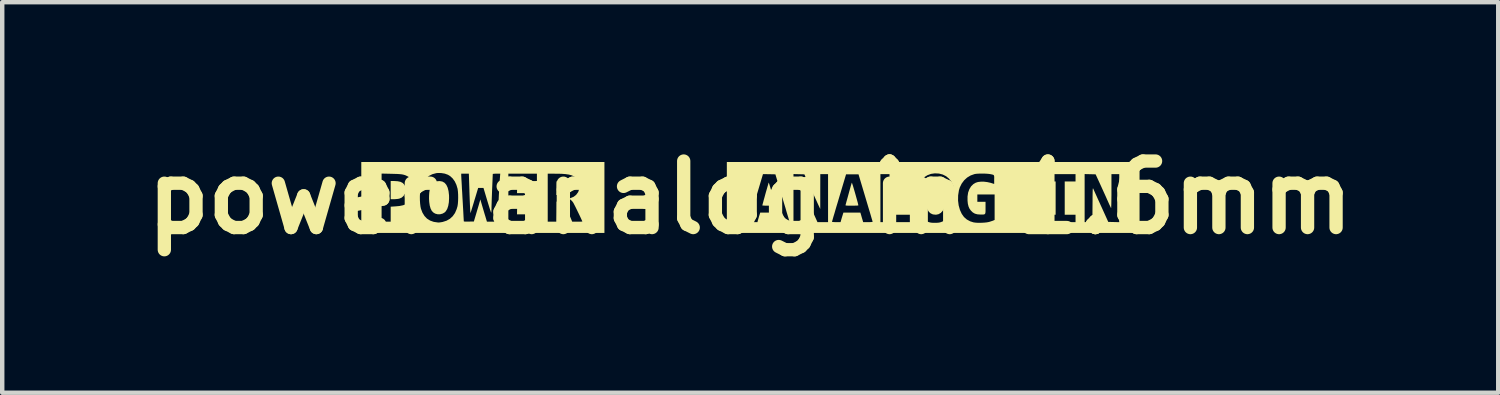
<source format=kicad_pcb>
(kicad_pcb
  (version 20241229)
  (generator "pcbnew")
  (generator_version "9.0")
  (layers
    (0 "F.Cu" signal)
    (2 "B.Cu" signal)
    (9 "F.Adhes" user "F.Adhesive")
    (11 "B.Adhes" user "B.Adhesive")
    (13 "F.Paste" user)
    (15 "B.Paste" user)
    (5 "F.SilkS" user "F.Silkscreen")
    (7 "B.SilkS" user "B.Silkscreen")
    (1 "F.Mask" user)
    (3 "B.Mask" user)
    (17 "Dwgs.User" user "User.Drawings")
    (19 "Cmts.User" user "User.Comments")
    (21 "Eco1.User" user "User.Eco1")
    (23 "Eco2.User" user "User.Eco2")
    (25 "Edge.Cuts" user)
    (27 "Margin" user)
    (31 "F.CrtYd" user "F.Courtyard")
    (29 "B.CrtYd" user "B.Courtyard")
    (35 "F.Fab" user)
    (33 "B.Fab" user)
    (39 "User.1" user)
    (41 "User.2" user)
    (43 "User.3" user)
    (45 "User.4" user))
  (footprint "power analog in 1.6mm"
    (layer "F.Cu")
    (at 13.871 1.404)
    (property "Reference" "power analog in 1.6mm" (at 0 0 0) (layer "F.SilkS") (effects (font (size 1.5 1.5) (thickness 0.3))))
    (attr board_only exclude_from_pos_files exclude_from_bom)
    (fp_poly (pts (xy -7.951 -0.366) (xy -7.889 -0.353) (xy -7.841 -0.329) (xy -7.806 -0.294) (xy -7.782 -0.252) (xy -7.768 -0.194) (xy -7.77 -0.136) (xy -7.788 -0.082) (xy -7.819 -0.035) (xy -7.861 0.003) (xy -7.914 0.026) (xy -7.923 0.028) (xy -7.96 0.034) (xy -8.006 0.038) (xy -8.041 0.039) (xy -8.109 0.039) (xy -8.109 -0.166) (xy -8.109 -0.371) (xy -8.028 -0.371)) (stroke (width 0) (type solid)) (fill yes) (layer "F.SilkS"))
    (fp_poly (pts (xy -4.22 -0.365) (xy -4.186 -0.363) (xy -4.162 -0.357) (xy -4.142 -0.348) (xy -4.138 -0.346) (xy -4.099 -0.316) (xy -4.076 -0.281) (xy -4.068 -0.235) (xy -4.068 -0.226) (xy -4.074 -0.172) (xy -4.096 -0.128) (xy -4.133 -0.096) (xy -4.185 -0.074) (xy -4.254 -0.062) (xy -4.282 -0.06) (xy -4.372 -0.056) (xy -4.369 -0.211) (xy -4.367 -0.366) (xy -4.269 -0.366)) (stroke (width 0) (type solid)) (fill yes) (layer "F.SilkS"))
    (fp_poly (pts (xy 2.296 -0.327) (xy 2.304 -0.303) (xy 2.316 -0.267) (xy 2.33 -0.22) (xy 2.346 -0.166) (xy 2.363 -0.108) (xy 2.38 -0.048) (xy 2.396 0.01) (xy 2.411 0.064) (xy 2.424 0.111) (xy 2.433 0.148) (xy 2.438 0.171) (xy 2.439 0.178) (xy 2.43 0.181) (xy 2.405 0.183) (xy 2.367 0.184) (xy 2.319 0.185) (xy 2.292 0.185) (xy 2.233 0.185) (xy 2.192 0.184) (xy 2.165 0.182) (xy 2.152 0.178) (xy 2.149 0.173) (xy 2.153 0.161) (xy 2.161 0.132) (xy 2.172 0.09) (xy 2.187 0.037) (xy 2.204 -0.024) (xy 2.22 -0.083) (xy 2.238 -0.149) (xy 2.255 -0.209) (xy 2.269 -0.26) (xy 2.281 -0.3) (xy 2.289 -0.325) (xy 2.293 -0.334)) (stroke (width 0) (type solid)) (fill yes) (layer "F.SilkS"))
    (fp_poly (pts (xy 0.421 -0.328) (xy 0.429 -0.305) (xy 0.44 -0.269) (xy 0.454 -0.223) (xy 0.47 -0.169) (xy 0.487 -0.111) (xy 0.504 -0.051) (xy 0.521 0.008) (xy 0.536 0.062) (xy 0.549 0.109) (xy 0.558 0.146) (xy 0.564 0.171) (xy 0.566 0.178) (xy 0.557 0.181) (xy 0.531 0.183) (xy 0.493 0.184) (xy 0.446 0.185) (xy 0.42 0.185) (xy 0.369 0.185) (xy 0.325 0.184) (xy 0.293 0.182) (xy 0.276 0.18) (xy 0.273 0.179) (xy 0.276 0.168) (xy 0.283 0.141) (xy 0.294 0.101) (xy 0.307 0.051) (xy 0.323 -0.005) (xy 0.339 -0.065) (xy 0.356 -0.126) (xy 0.373 -0.184) (xy 0.388 -0.237) (xy 0.401 -0.281) (xy 0.41 -0.314) (xy 0.416 -0.333) (xy 0.417 -0.336)) (stroke (width 0) (type solid)) (fill yes) (layer "F.SilkS"))
    (fp_poly (pts (xy -6.952 -0.361) (xy -6.941 -0.358) (xy -6.892 -0.33) (xy -6.853 -0.284) (xy -6.824 -0.222) (xy -6.804 -0.144) (xy -6.793 -0.048) (xy -6.792 0.015) (xy -6.797 0.109) (xy -6.811 0.19) (xy -6.834 0.259) (xy -6.866 0.311) (xy -6.889 0.335) (xy -6.936 0.363) (xy -6.991 0.378) (xy -7.049 0.379) (xy -7.103 0.365) (xy -7.104 0.365) (xy -7.148 0.338) (xy -7.183 0.301) (xy -7.209 0.249) (xy -7.228 0.183) (xy -7.24 0.1) (xy -7.24 0.098) (xy -7.244 0.031) (xy -7.243 -0.041) (xy -7.238 -0.112) (xy -7.229 -0.173) (xy -7.225 -0.19) (xy -7.214 -0.225) (xy -7.196 -0.263) (xy -7.176 -0.298) (xy -7.158 -0.322) (xy -7.156 -0.324) (xy -7.114 -0.35) (xy -7.062 -0.366) (xy -7.006 -0.37)) (stroke (width 0) (type solid)) (fill yes) (layer "F.SilkS"))
    (fp_poly (pts (xy 4.226 -0.355) (xy 4.255 -0.349) (xy 4.28 -0.337) (xy 4.292 -0.329) (xy 4.331 -0.293) (xy 4.361 -0.243) (xy 4.383 -0.178) (xy 4.395 -0.097) (xy 4.4 0.001) (xy 4.399 0.066) (xy 4.395 0.128) (xy 4.39 0.175) (xy 4.383 0.213) (xy 4.373 0.244) (xy 4.341 0.303) (xy 4.299 0.348) (xy 4.248 0.377) (xy 4.19 0.389) (xy 4.129 0.383) (xy 4.105 0.376) (xy 4.061 0.353) (xy 4.026 0.318) (xy 3.996 0.268) (xy 3.984 0.24) (xy 3.974 0.212) (xy 3.966 0.188) (xy 3.961 0.163) (xy 3.959 0.133) (xy 3.957 0.093) (xy 3.957 0.039) (xy 3.957 0.02) (xy 3.958 -0.059) (xy 3.962 -0.122) (xy 3.97 -0.172) (xy 3.983 -0.213) (xy 4 -0.25) (xy 4.02 -0.279) (xy 4.057 -0.319) (xy 4.101 -0.343) (xy 4.157 -0.355) (xy 4.187 -0.356)) (stroke (width 0) (type solid)) (fill yes) (layer "F.SilkS"))
    (fp_poly (pts (xy -3.288 0) (xy -3.288 0.8) (xy -6.03 0.8) (xy -8.772 0.8) (xy -8.772 0) (xy -8.772 -0.539) (xy -8.314 -0.539) (xy -8.314 0.004) (xy -8.314 0.546) (xy -8.211 0.546) (xy -8.109 0.546) (xy -8.109 0.377) (xy -8.109 0.208) (xy -8.003 0.201) (xy -7.909 0.192) (xy -7.831 0.176) (xy -7.766 0.152) (xy -7.71 0.12) (xy -7.664 0.08) (xy -7.619 0.027) (xy -7.599 -0.012) (xy -7.451 -0.012) (xy -7.45 0.065) (xy -7.445 0.139) (xy -7.437 0.205) (xy -7.427 0.252) (xy -7.393 0.342) (xy -7.347 0.417) (xy -7.29 0.477) (xy -7.22 0.521) (xy -7.139 0.55) (xy -7.045 0.564) (xy -7.031 0.565) (xy -7.006 0.563) (xy -6.97 0.558) (xy -6.937 0.552) (xy -6.849 0.524) (xy -6.773 0.481) (xy -6.71 0.423) (xy -6.659 0.351) (xy -6.621 0.263) (xy -6.602 0.198) (xy -6.594 0.146) (xy -6.589 0.081) (xy -6.587 0.009) (xy -6.588 -0.065) (xy -6.592 -0.133) (xy -6.599 -0.189) (xy -6.601 -0.199) (xy -6.627 -0.286) (xy -6.664 -0.364) (xy -6.712 -0.43) (xy -6.768 -0.482) (xy -6.817 -0.512) (xy -6.886 -0.537) (xy -6.518 -0.537) (xy -6.518 -0.51) (xy -6.518 -0.495) (xy -6.516 -0.463) (xy -6.514 -0.415) (xy -6.51 -0.353) (xy -6.506 -0.28) (xy -6.502 -0.197) (xy -6.496 -0.106) (xy -6.491 -0.009) (xy -6.489 0.024) (xy -6.483 0.122) (xy -6.478 0.214) (xy -6.473 0.298) (xy -6.469 0.372) (xy -6.466 0.435) (xy -6.463 0.485) (xy -6.461 0.52) (xy -6.46 0.538) (xy -6.46 0.539) (xy -6.451 0.542) (xy -6.426 0.544) (xy -6.389 0.545) (xy -6.346 0.544) (xy -6.233 0.542) (xy -6.176 0.351) (xy -6.158 0.289) (xy -6.14 0.229) (xy -6.124 0.176) (xy -6.112 0.133) (xy -6.104 0.104) (xy -6.103 0.103) (xy -6.087 0.044) (xy -6.046 0.186) (xy -6.028 0.247) (xy -6.008 0.314) (xy -5.989 0.378) (xy -5.972 0.432) (xy -5.971 0.437) (xy -5.938 0.546) (xy -5.818 0.546) (xy -5.699 0.546) (xy -5.699 0.513) (xy -5.698 0.496) (xy -5.697 0.462) (xy -5.694 0.413) (xy -5.691 0.352) (xy -5.687 0.281) (xy -5.683 0.203) (xy -5.678 0.119) (xy -5.673 0.033) (xy -5.669 -0.054) (xy -5.664 -0.138) (xy -5.659 -0.218) (xy -5.655 -0.291) (xy -5.651 -0.355) (xy -5.648 -0.407) (xy -5.645 -0.445) (xy -5.644 -0.456) (xy -5.638 -0.537) (xy -5.455 -0.537) (xy -5.455 0.005) (xy -5.455 0.546) (xy -5.133 0.546) (xy -4.811 0.546) (xy -4.811 0.464) (xy -4.811 0.381) (xy -5.035 0.381) (xy -5.26 0.381) (xy -5.257 0.227) (xy -5.255 0.073) (xy -5.042 0.071) (xy -4.83 0.068) (xy -4.83 -0.015) (xy -4.83 -0.098) (xy -5.045 -0.098) (xy -5.26 -0.098) (xy -5.257 -0.232) (xy -5.255 -0.366) (xy -5.033 -0.369) (xy -4.811 -0.371) (xy -4.811 -0.454) (xy -4.811 -0.537) (xy -4.567 -0.537) (xy -4.567 0.005) (xy -4.567 0.546) (xy -4.469 0.546) (xy -4.372 0.546) (xy -4.369 0.32) (xy -4.367 0.093) (xy -4.312 0.093) (xy -4.278 0.095) (xy -4.25 0.102) (xy -4.226 0.115) (xy -4.204 0.139) (xy -4.181 0.173) (xy -4.156 0.222) (xy -4.127 0.286) (xy -4.123 0.293) (xy -4.1 0.348) (xy -4.077 0.4) (xy -4.057 0.446) (xy -4.042 0.481) (xy -4.037 0.494) (xy -4.015 0.546) (xy -3.901 0.546) (xy -3.856 0.546) (xy -3.82 0.545) (xy -3.795 0.544) (xy -3.786 0.542) (xy -3.79 0.531) (xy -3.802 0.505) (xy -3.819 0.467) (xy -3.84 0.422) (xy -3.865 0.37) (xy -3.891 0.317) (xy -3.917 0.263) (xy -3.941 0.214) (xy -3.963 0.171) (xy -3.98 0.138) (xy -3.991 0.117) (xy -3.993 0.115) (xy -4.016 0.084) (xy -4.044 0.057) (xy -4.057 0.047) (xy -4.093 0.025) (xy -4.053 0.014) (xy -3.983 -0.015) (xy -3.927 -0.058) (xy -3.884 -0.116) (xy -3.878 -0.127) (xy -3.864 -0.169) (xy -3.859 -0.222) (xy -3.861 -0.28) (xy -3.872 -0.336) (xy -3.885 -0.372) (xy -3.91 -0.415) (xy -3.94 -0.45) (xy -3.979 -0.478) (xy -4.029 -0.5) (xy -4.089 -0.516) (xy -4.164 -0.527) (xy -4.254 -0.534) (xy -4.361 -0.536) (xy -4.379 -0.536) (xy -4.567 -0.537) (xy -4.811 -0.537) (xy -5.133 -0.537) (xy -5.455 -0.537) (xy -5.638 -0.537) (xy -5.722 -0.537) (xy -5.76 -0.536) (xy -5.789 -0.534) (xy -5.805 -0.531) (xy -5.806 -0.529) (xy -5.807 -0.518) (xy -5.808 -0.49) (xy -5.81 -0.447) (xy -5.812 -0.391) (xy -5.815 -0.325) (xy -5.818 -0.251) (xy -5.821 -0.19) (xy -5.824 -0.106) (xy -5.827 -0.024) (xy -5.83 0.053) (xy -5.832 0.123) (xy -5.834 0.181) (xy -5.835 0.225) (xy -5.835 0.242) (xy -5.836 0.283) (xy -5.838 0.316) (xy -5.84 0.337) (xy -5.843 0.342) (xy -5.847 0.333) (xy -5.856 0.307) (xy -5.87 0.268) (xy -5.886 0.216) (xy -5.905 0.155) (xy -5.926 0.087) (xy -5.933 0.063) (xy -6.016 -0.215) (xy -6.076 -0.215) (xy -6.136 -0.215) (xy -6.15 -0.168) (xy -6.157 -0.146) (xy -6.168 -0.109) (xy -6.183 -0.059) (xy -6.201 0.001) (xy -6.221 0.066) (xy -6.236 0.117) (xy -6.309 0.355) (xy -6.315 0.292) (xy -6.316 0.268) (xy -6.318 0.228) (xy -6.321 0.172) (xy -6.324 0.105) (xy -6.327 0.029) (xy -6.33 -0.054) (xy -6.333 -0.141) (xy -6.333 -0.154) (xy -6.346 -0.537) (xy -6.432 -0.537) (xy -6.518 -0.537) (xy -6.886 -0.537) (xy -6.889 -0.538) (xy -6.969 -0.551) (xy -7.048 -0.552) (xy -7.079 -0.549) (xy -7.169 -0.525) (xy -7.246 -0.486) (xy -7.312 -0.431) (xy -7.367 -0.36) (xy -7.41 -0.274) (xy -7.433 -0.204) (xy -7.443 -0.152) (xy -7.449 -0.086) (xy -7.451 -0.012) (xy -7.599 -0.012) (xy -7.588 -0.031) (xy -7.571 -0.099) (xy -7.564 -0.166) (xy -7.563 -0.215) (xy -7.565 -0.252) (xy -7.571 -0.282) (xy -7.581 -0.313) (xy -7.617 -0.381) (xy -7.667 -0.437) (xy -7.718 -0.472) (xy -7.752 -0.489) (xy -7.783 -0.503) (xy -7.816 -0.513) (xy -7.854 -0.521) (xy -7.899 -0.526) (xy -7.956 -0.53) (xy -8.026 -0.532) (xy -8.092 -0.534) (xy -8.314 -0.539) (xy -8.772 -0.539) (xy -8.772 -0.8) (xy -6.03 -0.8) (xy -3.288 -0.8)) (stroke (width 0) (type solid)) (fill yes) (layer "F.SilkS"))
    (fp_poly (pts (xy 8.782 0) (xy 8.782 0.8) (xy 4.128 0.8) (xy -0.527 0.8) (xy -0.527 0.549) (xy -0.03 0.549) (xy -0.02 0.552) (xy 0.004 0.554) (xy 0.04 0.556) (xy 0.067 0.556) (xy 0.164 0.556) (xy 0.17 0.529) (xy 0.176 0.508) (xy 0.186 0.474) (xy 0.198 0.434) (xy 0.201 0.422) (xy 0.226 0.342) (xy 0.419 0.342) (xy 0.611 0.342) (xy 0.641 0.446) (xy 0.67 0.551) (xy 0.779 0.554) (xy 0.889 0.557) (xy 0.883 0.535) (xy 0.879 0.521) (xy 0.87 0.491) (xy 0.857 0.446) (xy 0.839 0.387) (xy 0.818 0.317) (xy 0.795 0.236) (xy 0.768 0.148) (xy 0.74 0.054) (xy 0.723 -0.005) (xy 0.568 -0.522) (xy 0.428 -0.525) (xy 0.288 -0.527) (xy 0.129 0.007) (xy 0.1 0.105) (xy 0.072 0.198) (xy 0.047 0.284) (xy 0.025 0.36) (xy 0.005 0.426) (xy -0.01 0.479) (xy -0.021 0.519) (xy -0.028 0.542) (xy -0.03 0.549) (xy -0.527 0.549) (xy -0.527 0) (xy -0.527 -0.528) (xy 0.976 -0.528) (xy 0.976 0.014) (xy 0.976 0.556) (xy 1.064 0.556) (xy 1.151 0.556) (xy 1.151 0.166) (xy 1.152 0.081) (xy 1.152 0.002) (xy 1.153 -0.068) (xy 1.154 -0.128) (xy 1.156 -0.175) (xy 1.157 -0.208) (xy 1.159 -0.223) (xy 1.16 -0.224) (xy 1.168 -0.216) (xy 1.18 -0.195) (xy 1.19 -0.173) (xy 1.198 -0.153) (xy 1.214 -0.117) (xy 1.236 -0.068) (xy 1.263 -0.008) (xy 1.293 0.06) (xy 1.327 0.135) (xy 1.362 0.213) (xy 1.364 0.217) (xy 1.517 0.556) (xy 1.637 0.556) (xy 1.756 0.556) (xy 1.756 0.549) (xy 1.844 0.549) (xy 1.853 0.552) (xy 1.878 0.554) (xy 1.913 0.556) (xy 1.941 0.556) (xy 2.038 0.556) (xy 2.054 0.5) (xy 2.066 0.458) (xy 2.08 0.413) (xy 2.086 0.393) (xy 2.102 0.342) (xy 2.293 0.342) (xy 2.485 0.342) (xy 2.496 0.378) (xy 2.504 0.406) (xy 2.515 0.445) (xy 2.527 0.485) (xy 2.527 0.485) (xy 2.548 0.556) (xy 2.655 0.556) (xy 2.698 0.556) (xy 2.732 0.554) (xy 2.755 0.551) (xy 2.761 0.549) (xy 2.759 0.538) (xy 2.751 0.511) (xy 2.738 0.468) (xy 2.722 0.412) (xy 2.702 0.344) (xy 2.678 0.265) (xy 2.652 0.178) (xy 2.624 0.084) (xy 2.602 0.01) (xy 2.443 -0.522) (xy 2.303 -0.522) (xy 2.162 -0.522) (xy 2.003 0.01) (xy 1.974 0.108) (xy 1.946 0.2) (xy 1.921 0.285) (xy 1.899 0.362) (xy 1.879 0.427) (xy 1.864 0.48) (xy 1.853 0.519) (xy 1.846 0.543) (xy 1.844 0.549) (xy 1.756 0.549) (xy 1.756 0.015) (xy 1.756 -0.527) (xy 2.937 -0.527) (xy 2.937 0.015) (xy 2.937 0.556) (xy 3.269 0.556) (xy 3.601 0.556) (xy 3.601 0.473) (xy 3.601 0.39) (xy 3.371 0.39) (xy 3.142 0.39) (xy 3.142 0.015) (xy 3.744 0.015) (xy 3.75 0.138) (xy 3.768 0.246) (xy 3.797 0.339) (xy 3.839 0.417) (xy 3.893 0.479) (xy 3.958 0.526) (xy 3.978 0.537) (xy 4.025 0.555) (xy 4.072 0.567) (xy 4.125 0.572) (xy 4.191 0.572) (xy 4.24 0.569) (xy 4.278 0.563) (xy 4.312 0.552) (xy 4.344 0.539) (xy 4.422 0.494) (xy 4.486 0.435) (xy 4.538 0.361) (xy 4.579 0.272) (xy 4.586 0.249) (xy 4.6 0.192) (xy 4.609 0.122) (xy 4.612 0.07) (xy 4.688 0.07) (xy 4.702 0.18) (xy 4.731 0.282) (xy 4.771 0.369) (xy 4.822 0.441) (xy 4.886 0.497) (xy 4.962 0.538) (xy 5.038 0.562) (xy 5.083 0.568) (xy 5.142 0.572) (xy 5.208 0.571) (xy 5.274 0.568) (xy 5.334 0.562) (xy 5.383 0.553) (xy 5.388 0.552) (xy 5.425 0.54) (xy 5.462 0.528) (xy 5.478 0.522) (xy 5.513 0.507) (xy 5.513 0.219) (xy 5.513 -0.068) (xy 5.318 -0.068) (xy 5.123 -0.068) (xy 5.123 0.015) (xy 5.123 0.098) (xy 5.216 0.098) (xy 5.308 0.098) (xy 5.308 0.234) (xy 5.308 0.292) (xy 5.307 0.332) (xy 5.302 0.359) (xy 5.291 0.375) (xy 5.273 0.383) (xy 5.244 0.385) (xy 5.202 0.385) (xy 5.191 0.385) (xy 5.123 0.38) (xy 5.068 0.365) (xy 5.02 0.337) (xy 4.977 0.295) (xy 4.946 0.252) (xy 4.924 0.202) (xy 4.909 0.141) (xy 4.902 0.073) (xy 4.902 -0.023) (xy 4.915 -0.11) (xy 4.943 -0.187) (xy 4.982 -0.251) (xy 5.034 -0.302) (xy 5.087 -0.333) (xy 5.138 -0.349) (xy 5.202 -0.356) (xy 5.273 -0.356) (xy 5.347 -0.347) (xy 5.419 -0.331) (xy 5.423 -0.33) (xy 5.503 -0.305) (xy 5.503 -0.406) (xy 5.504 -0.451) (xy 5.502 -0.482) (xy 5.496 -0.5) (xy 5.482 -0.511) (xy 5.458 -0.518) (xy 5.42 -0.526) (xy 5.413 -0.527) (xy 6.645 -0.527) (xy 6.645 -0.444) (xy 6.645 -0.361) (xy 6.767 -0.361) (xy 6.889 -0.361) (xy 6.889 0.015) (xy 6.889 0.39) (xy 6.767 0.39) (xy 6.645 0.39) (xy 6.645 0.473) (xy 6.645 0.556) (xy 6.992 0.556) (xy 7.338 0.556) (xy 7.338 0.473) (xy 7.338 0.39) (xy 7.216 0.39) (xy 7.094 0.39) (xy 7.094 0.015) (xy 7.094 -0.361) (xy 7.216 -0.361) (xy 7.338 -0.361) (xy 7.338 -0.444) (xy 7.338 -0.527) (xy 6.992 -0.527) (xy 6.645 -0.527) (xy 5.413 -0.527) (xy 5.411 -0.527) (xy 5.41 -0.528) (xy 7.543 -0.528) (xy 7.543 0.014) (xy 7.543 0.556) (xy 7.631 0.556) (xy 7.718 0.556) (xy 7.721 0.163) (xy 7.722 0.066) (xy 7.722 -0.014) (xy 7.723 -0.077) (xy 7.724 -0.126) (xy 7.725 -0.161) (xy 7.726 -0.185) (xy 7.728 -0.199) (xy 7.731 -0.205) (xy 7.734 -0.204) (xy 7.737 -0.198) (xy 7.741 -0.19) (xy 7.748 -0.173) (xy 7.763 -0.14) (xy 7.784 -0.093) (xy 7.81 -0.036) (xy 7.84 0.031) (xy 7.874 0.105) (xy 7.909 0.183) (xy 7.917 0.2) (xy 8.076 0.551) (xy 8.2 0.554) (xy 8.324 0.557) (xy 8.324 0.015) (xy 8.324 -0.527) (xy 8.236 -0.527) (xy 8.148 -0.527) (xy 8.148 -0.14) (xy 8.148 -0.052) (xy 8.147 0.028) (xy 8.146 0.097) (xy 8.145 0.155) (xy 8.143 0.199) (xy 8.142 0.227) (xy 8.14 0.239) (xy 8.139 0.239) (xy 8.133 0.227) (xy 8.12 0.2) (xy 8.102 0.163) (xy 8.082 0.118) (xy 8.071 0.093) (xy 8.049 0.045) (xy 8.022 -0.017) (xy 7.99 -0.087) (xy 7.956 -0.162) (xy 7.922 -0.237) (xy 7.901 -0.283) (xy 7.791 -0.522) (xy 7.667 -0.525) (xy 7.543 -0.528) (xy 5.41 -0.528) (xy 5.37 -0.533) (xy 5.317 -0.537) (xy 5.258 -0.539) (xy 5.197 -0.539) (xy 5.139 -0.537) (xy 5.091 -0.533) (xy 5.061 -0.528) (xy 4.973 -0.497) (xy 4.894 -0.45) (xy 4.826 -0.388) (xy 4.77 -0.313) (xy 4.728 -0.228) (xy 4.708 -0.164) (xy 4.69 -0.048) (xy 4.688 0.07) (xy 4.612 0.07) (xy 4.614 0.045) (xy 4.615 -0.035) (xy 4.611 -0.109) (xy 4.602 -0.174) (xy 4.602 -0.176) (xy 4.575 -0.274) (xy 4.535 -0.357) (xy 4.483 -0.425) (xy 4.419 -0.479) (xy 4.344 -0.517) (xy 4.26 -0.539) (xy 4.166 -0.544) (xy 4.078 -0.532) (xy 3.997 -0.502) (xy 3.925 -0.457) (xy 3.863 -0.396) (xy 3.814 -0.321) (xy 3.808 -0.309) (xy 3.781 -0.247) (xy 3.762 -0.184) (xy 3.75 -0.117) (xy 3.745 -0.04) (xy 3.744 0.015) (xy 3.142 0.015) (xy 3.142 -0.068) (xy 3.142 -0.527) (xy 3.04 -0.527) (xy 2.937 -0.527) (xy 1.756 -0.527) (xy 1.669 -0.527) (xy 1.581 -0.527) (xy 1.58 -0.134) (xy 1.58 0.259) (xy 1.561 0.22) (xy 1.553 0.202) (xy 1.537 0.169) (xy 1.516 0.123) (xy 1.49 0.065) (xy 1.459 -0.002) (xy 1.426 -0.075) (xy 1.39 -0.153) (xy 1.382 -0.171) (xy 1.222 -0.522) (xy 1.099 -0.525) (xy 0.976 -0.528) (xy -0.527 -0.528) (xy -0.527 -0.8) (xy 4.128 -0.8) (xy 8.782 -0.8)) (stroke (width 0) (type solid)) (fill yes) (layer "F.SilkS")))
  (gr_rect
    (start -3 -3)
    (end 30.743 5.808)
    (stroke (width 0.1) (type default))
    (fill no)
    (layer "Edge.Cuts")))
</source>
